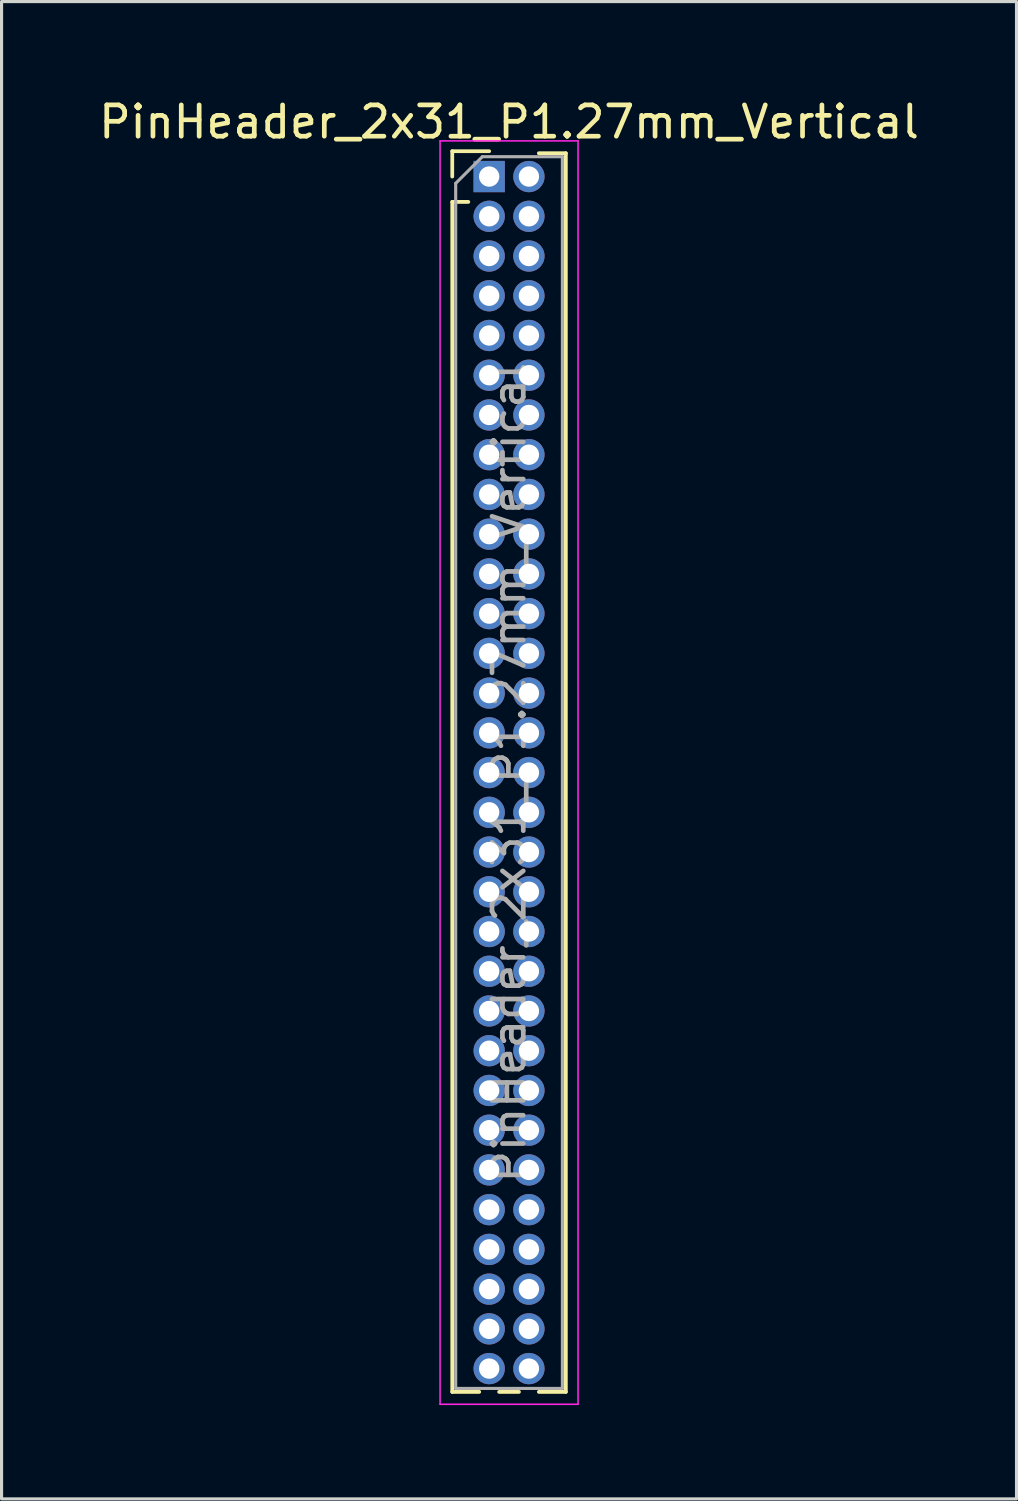
<source format=kicad_pcb>
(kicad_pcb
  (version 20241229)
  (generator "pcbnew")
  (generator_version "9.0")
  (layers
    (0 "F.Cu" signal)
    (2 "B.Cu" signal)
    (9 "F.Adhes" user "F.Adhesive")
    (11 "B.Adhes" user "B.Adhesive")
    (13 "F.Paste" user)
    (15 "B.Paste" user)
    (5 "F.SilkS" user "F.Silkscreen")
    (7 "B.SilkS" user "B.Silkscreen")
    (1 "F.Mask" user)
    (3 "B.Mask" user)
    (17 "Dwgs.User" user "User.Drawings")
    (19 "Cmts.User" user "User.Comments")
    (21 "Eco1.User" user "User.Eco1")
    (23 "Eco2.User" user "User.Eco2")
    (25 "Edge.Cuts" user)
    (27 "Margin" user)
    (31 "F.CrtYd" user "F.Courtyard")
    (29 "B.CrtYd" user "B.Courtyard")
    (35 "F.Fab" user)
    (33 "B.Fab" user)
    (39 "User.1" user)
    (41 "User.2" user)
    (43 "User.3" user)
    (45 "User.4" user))
  (footprint "PinHeader_2x31_P1.27mm_Vertical"
    (layer "F.Cu")
    (at 12.585 2.593)
    (property "Reference" "PinHeader_2x31_P1.27mm_Vertical" (at 0.635 -1.745 0) (layer "F.SilkS") (effects (font (size 1 1) (thickness 0.15))))
    (attr through_hole)
    (fp_line (start -1.18 -0.81) (end 0 -0.81) (stroke (width 0.12) (type solid)) (layer "F.SilkS"))
    (fp_line (start -1.18 0) (end -1.18 -0.81) (stroke (width 0.12) (type solid)) (layer "F.SilkS"))
    (fp_line (start -1.18 0.81) (end -1.18 38.845) (stroke (width 0.12) (type solid)) (layer "F.SilkS"))
    (fp_line (start -1.18 0.81) (end -0.667 0.81) (stroke (width 0.12) (type solid)) (layer "F.SilkS"))
    (fp_line (start -1.18 38.845) (end -0.318 38.845) (stroke (width 0.12) (type solid)) (layer "F.SilkS"))
    (fp_line (start 0.318 38.845) (end 0.952 38.845) (stroke (width 0.12) (type solid)) (layer "F.SilkS"))
    (fp_line (start 1.588 -0.745) (end 2.45 -0.745) (stroke (width 0.12) (type solid)) (layer "F.SilkS"))
    (fp_line (start 1.588 38.845) (end 2.45 38.845) (stroke (width 0.12) (type solid)) (layer "F.SilkS"))
    (fp_line (start 2.45 -0.745) (end 2.45 38.845) (stroke (width 0.12) (type solid)) (layer "F.SilkS"))
    (fp_line (start -1.57 -1.14) (end -1.57 39.24) (stroke (width 0.05) (type solid)) (layer "F.CrtYd"))
    (fp_line (start -1.57 39.24) (end 2.84 39.24) (stroke (width 0.05) (type solid)) (layer "F.CrtYd"))
    (fp_line (start 2.84 -1.14) (end -1.57 -1.14) (stroke (width 0.05) (type solid)) (layer "F.CrtYd"))
    (fp_line (start 2.84 39.24) (end 2.84 -1.14) (stroke (width 0.05) (type solid)) (layer "F.CrtYd"))
    (fp_line (start -1.07 0.217) (end -0.217 -0.635) (stroke (width 0.1) (type solid)) (layer "F.Fab"))
    (fp_line (start -1.07 38.735) (end -1.07 0.217) (stroke (width 0.1) (type solid)) (layer "F.Fab"))
    (fp_line (start -0.217 -0.635) (end 2.34 -0.635) (stroke (width 0.1) (type solid)) (layer "F.Fab"))
    (fp_line (start 2.34 -0.635) (end 2.34 38.735) (stroke (width 0.1) (type solid)) (layer "F.Fab"))
    (fp_line (start 2.34 38.735) (end -1.07 38.735) (stroke (width 0.1) (type solid)) (layer "F.Fab"))
    (fp_text user "${REFERENCE}" (at 0.635 19.05 90) (layer "F.Fab") (effects (font (size 1 1) (thickness 0.15))))
    (pad "1" thru_hole rect (at 0 0) (size 1 1) (drill 0.65) (layers "*.Cu" "*.Mask"))
    (pad "2" thru_hole circle (at 1.27 0) (size 1 1) (drill 0.65) (layers "*.Cu" "*.Mask"))
    (pad "3" thru_hole circle (at 0 1.27) (size 1 1) (drill 0.65) (layers "*.Cu" "*.Mask"))
    (pad "4" thru_hole circle (at 1.27 1.27) (size 1 1) (drill 0.65) (layers "*.Cu" "*.Mask"))
    (pad "5" thru_hole circle (at 0 2.54) (size 1 1) (drill 0.65) (layers "*.Cu" "*.Mask"))
    (pad "6" thru_hole circle (at 1.27 2.54) (size 1 1) (drill 0.65) (layers "*.Cu" "*.Mask"))
    (pad "7" thru_hole circle (at 0 3.81) (size 1 1) (drill 0.65) (layers "*.Cu" "*.Mask"))
    (pad "8" thru_hole circle (at 1.27 3.81) (size 1 1) (drill 0.65) (layers "*.Cu" "*.Mask"))
    (pad "9" thru_hole circle (at 0 5.08) (size 1 1) (drill 0.65) (layers "*.Cu" "*.Mask"))
    (pad "10" thru_hole circle (at 1.27 5.08) (size 1 1) (drill 0.65) (layers "*.Cu" "*.Mask"))
    (pad "11" thru_hole circle (at 0 6.35) (size 1 1) (drill 0.65) (layers "*.Cu" "*.Mask"))
    (pad "12" thru_hole circle (at 1.27 6.35) (size 1 1) (drill 0.65) (layers "*.Cu" "*.Mask"))
    (pad "13" thru_hole circle (at 0 7.62) (size 1 1) (drill 0.65) (layers "*.Cu" "*.Mask"))
    (pad "14" thru_hole circle (at 1.27 7.62) (size 1 1) (drill 0.65) (layers "*.Cu" "*.Mask"))
    (pad "15" thru_hole circle (at 0 8.89) (size 1 1) (drill 0.65) (layers "*.Cu" "*.Mask"))
    (pad "16" thru_hole circle (at 1.27 8.89) (size 1 1) (drill 0.65) (layers "*.Cu" "*.Mask"))
    (pad "17" thru_hole circle (at 0 10.16) (size 1 1) (drill 0.65) (layers "*.Cu" "*.Mask"))
    (pad "18" thru_hole circle (at 1.27 10.16) (size 1 1) (drill 0.65) (layers "*.Cu" "*.Mask"))
    (pad "19" thru_hole circle (at 0 11.43) (size 1 1) (drill 0.65) (layers "*.Cu" "*.Mask"))
    (pad "20" thru_hole circle (at 1.27 11.43) (size 1 1) (drill 0.65) (layers "*.Cu" "*.Mask"))
    (pad "21" thru_hole circle (at 0 12.7) (size 1 1) (drill 0.65) (layers "*.Cu" "*.Mask"))
    (pad "22" thru_hole circle (at 1.27 12.7) (size 1 1) (drill 0.65) (layers "*.Cu" "*.Mask"))
    (pad "23" thru_hole circle (at 0 13.97) (size 1 1) (drill 0.65) (layers "*.Cu" "*.Mask"))
    (pad "24" thru_hole circle (at 1.27 13.97) (size 1 1) (drill 0.65) (layers "*.Cu" "*.Mask"))
    (pad "25" thru_hole circle (at 0 15.24) (size 1 1) (drill 0.65) (layers "*.Cu" "*.Mask"))
    (pad "26" thru_hole circle (at 1.27 15.24) (size 1 1) (drill 0.65) (layers "*.Cu" "*.Mask"))
    (pad "27" thru_hole circle (at 0 16.51) (size 1 1) (drill 0.65) (layers "*.Cu" "*.Mask"))
    (pad "28" thru_hole circle (at 1.27 16.51) (size 1 1) (drill 0.65) (layers "*.Cu" "*.Mask"))
    (pad "29" thru_hole circle (at 0 17.78) (size 1 1) (drill 0.65) (layers "*.Cu" "*.Mask"))
    (pad "30" thru_hole circle (at 1.27 17.78) (size 1 1) (drill 0.65) (layers "*.Cu" "*.Mask"))
    (pad "31" thru_hole circle (at 0 19.05) (size 1 1) (drill 0.65) (layers "*.Cu" "*.Mask"))
    (pad "32" thru_hole circle (at 1.27 19.05) (size 1 1) (drill 0.65) (layers "*.Cu" "*.Mask"))
    (pad "33" thru_hole circle (at 0 20.32) (size 1 1) (drill 0.65) (layers "*.Cu" "*.Mask"))
    (pad "34" thru_hole circle (at 1.27 20.32) (size 1 1) (drill 0.65) (layers "*.Cu" "*.Mask"))
    (pad "35" thru_hole circle (at 0 21.59) (size 1 1) (drill 0.65) (layers "*.Cu" "*.Mask"))
    (pad "36" thru_hole circle (at 1.27 21.59) (size 1 1) (drill 0.65) (layers "*.Cu" "*.Mask"))
    (pad "37" thru_hole circle (at 0 22.86) (size 1 1) (drill 0.65) (layers "*.Cu" "*.Mask"))
    (pad "38" thru_hole circle (at 1.27 22.86) (size 1 1) (drill 0.65) (layers "*.Cu" "*.Mask"))
    (pad "39" thru_hole circle (at 0 24.13) (size 1 1) (drill 0.65) (layers "*.Cu" "*.Mask"))
    (pad "40" thru_hole circle (at 1.27 24.13) (size 1 1) (drill 0.65) (layers "*.Cu" "*.Mask"))
    (pad "41" thru_hole circle (at 0 25.4) (size 1 1) (drill 0.65) (layers "*.Cu" "*.Mask"))
    (pad "42" thru_hole circle (at 1.27 25.4) (size 1 1) (drill 0.65) (layers "*.Cu" "*.Mask"))
    (pad "43" thru_hole circle (at 0 26.67) (size 1 1) (drill 0.65) (layers "*.Cu" "*.Mask"))
    (pad "44" thru_hole circle (at 1.27 26.67) (size 1 1) (drill 0.65) (layers "*.Cu" "*.Mask"))
    (pad "45" thru_hole circle (at 0 27.94) (size 1 1) (drill 0.65) (layers "*.Cu" "*.Mask"))
    (pad "46" thru_hole circle (at 1.27 27.94) (size 1 1) (drill 0.65) (layers "*.Cu" "*.Mask"))
    (pad "47" thru_hole circle (at 0 29.21) (size 1 1) (drill 0.65) (layers "*.Cu" "*.Mask"))
    (pad "48" thru_hole circle (at 1.27 29.21) (size 1 1) (drill 0.65) (layers "*.Cu" "*.Mask"))
    (pad "49" thru_hole circle (at 0 30.48) (size 1 1) (drill 0.65) (layers "*.Cu" "*.Mask"))
    (pad "50" thru_hole circle (at 1.27 30.48) (size 1 1) (drill 0.65) (layers "*.Cu" "*.Mask"))
    (pad "51" thru_hole circle (at 0 31.75) (size 1 1) (drill 0.65) (layers "*.Cu" "*.Mask"))
    (pad "52" thru_hole circle (at 1.27 31.75) (size 1 1) (drill 0.65) (layers "*.Cu" "*.Mask"))
    (pad "53" thru_hole circle (at 0 33.02) (size 1 1) (drill 0.65) (layers "*.Cu" "*.Mask"))
    (pad "54" thru_hole circle (at 1.27 33.02) (size 1 1) (drill 0.65) (layers "*.Cu" "*.Mask"))
    (pad "55" thru_hole circle (at 0 34.29) (size 1 1) (drill 0.65) (layers "*.Cu" "*.Mask"))
    (pad "56" thru_hole circle (at 1.27 34.29) (size 1 1) (drill 0.65) (layers "*.Cu" "*.Mask"))
    (pad "57" thru_hole circle (at 0 35.56) (size 1 1) (drill 0.65) (layers "*.Cu" "*.Mask"))
    (pad "58" thru_hole circle (at 1.27 35.56) (size 1 1) (drill 0.65) (layers "*.Cu" "*.Mask"))
    (pad "59" thru_hole circle (at 0 36.83) (size 1 1) (drill 0.65) (layers "*.Cu" "*.Mask"))
    (pad "60" thru_hole circle (at 1.27 36.83) (size 1 1) (drill 0.65) (layers "*.Cu" "*.Mask"))
    (pad "61" thru_hole circle (at 0 38.1) (size 1 1) (drill 0.65) (layers "*.Cu" "*.Mask"))
    (pad "62" thru_hole circle (at 1.27 38.1) (size 1 1) (drill 0.65) (layers "*.Cu" "*.Mask")))
  (gr_rect
    (start -3 -3)
    (end 29.44 44.858)
    (stroke (width 0.1) (type default))
    (fill no)
    (layer "Edge.Cuts")))
</source>
